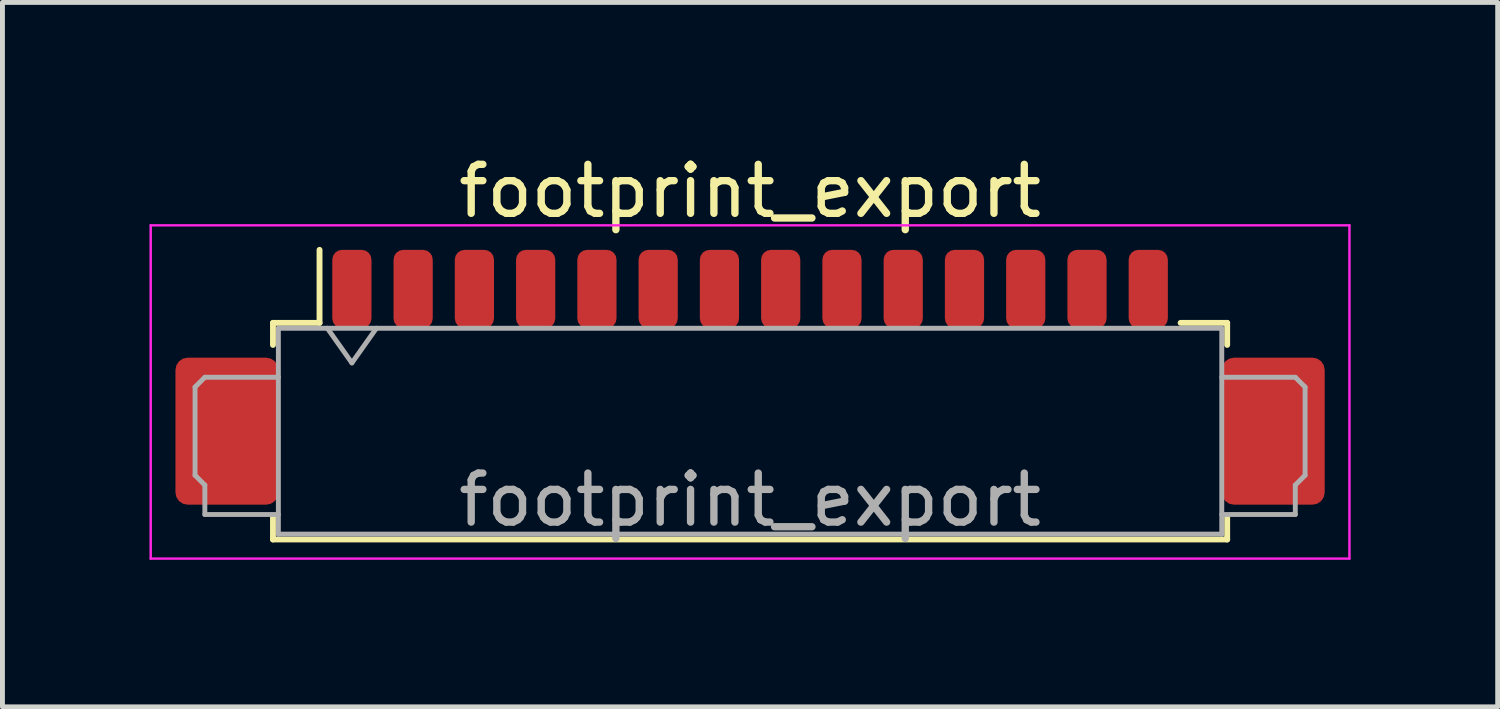
<source format=kicad_pcb>
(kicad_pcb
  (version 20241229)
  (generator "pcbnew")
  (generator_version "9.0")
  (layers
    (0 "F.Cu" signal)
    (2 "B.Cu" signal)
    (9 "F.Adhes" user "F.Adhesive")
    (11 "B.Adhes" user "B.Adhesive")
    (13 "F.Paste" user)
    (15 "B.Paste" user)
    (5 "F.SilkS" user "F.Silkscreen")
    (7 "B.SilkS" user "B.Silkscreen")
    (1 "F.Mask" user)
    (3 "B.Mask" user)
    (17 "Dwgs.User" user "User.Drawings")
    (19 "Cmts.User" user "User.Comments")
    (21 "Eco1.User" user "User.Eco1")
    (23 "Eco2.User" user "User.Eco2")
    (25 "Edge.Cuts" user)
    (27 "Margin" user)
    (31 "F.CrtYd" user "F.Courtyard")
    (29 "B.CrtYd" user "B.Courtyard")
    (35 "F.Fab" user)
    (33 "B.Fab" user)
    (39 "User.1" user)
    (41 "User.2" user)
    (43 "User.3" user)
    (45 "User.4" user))
  (footprint "footprint_export"
    (layer "F.Cu")
    (at 12.255 5.248)
    (property "Reference" "footprint_export" (at 0 -4.4 0) (layer "F.SilkS") (effects (font (size 1 1) (thickness 0.15))))
    (attr smd)
    (fp_line (start -9.735 -1.71) (end -8.785 -1.71) (stroke (width 0.12) (type solid)) (layer "F.SilkS"))
    (fp_line (start -9.735 -1.26) (end -9.735 -1.71) (stroke (width 0.12) (type solid)) (layer "F.SilkS"))
    (fp_line (start -9.735 2.26) (end -9.735 2.71) (stroke (width 0.12) (type solid)) (layer "F.SilkS"))
    (fp_line (start -9.735 2.71) (end 9.735 2.71) (stroke (width 0.12) (type solid)) (layer "F.SilkS"))
    (fp_line (start -8.785 -1.71) (end -8.785 -3.2) (stroke (width 0.12) (type solid)) (layer "F.SilkS"))
    (fp_line (start 9.735 -1.71) (end 8.785 -1.71) (stroke (width 0.12) (type solid)) (layer "F.SilkS"))
    (fp_line (start 9.735 -1.26) (end 9.735 -1.71) (stroke (width 0.12) (type solid)) (layer "F.SilkS"))
    (fp_line (start 9.735 2.71) (end 9.735 2.26) (stroke (width 0.12) (type solid)) (layer "F.SilkS"))
    (fp_line (start -12.23 -3.7) (end -12.23 3.1) (stroke (width 0.05) (type solid)) (layer "F.CrtYd"))
    (fp_line (start -12.23 3.1) (end 12.23 3.1) (stroke (width 0.05) (type solid)) (layer "F.CrtYd"))
    (fp_line (start 12.23 -3.7) (end -12.23 -3.7) (stroke (width 0.05) (type solid)) (layer "F.CrtYd"))
    (fp_line (start 12.23 3.1) (end 12.23 -3.7) (stroke (width 0.05) (type solid)) (layer "F.CrtYd"))
    (fp_line (start -11.325 -0.4) (end -11.325 1.4) (stroke (width 0.1) (type solid)) (layer "F.Fab"))
    (fp_line (start -11.325 1.4) (end -11.125 1.6) (stroke (width 0.1) (type solid)) (layer "F.Fab"))
    (fp_line (start -11.125 -0.6) (end -11.325 -0.4) (stroke (width 0.1) (type solid)) (layer "F.Fab"))
    (fp_line (start -11.125 1.6) (end -11.125 2.2) (stroke (width 0.1) (type solid)) (layer "F.Fab"))
    (fp_line (start -11.125 2.2) (end -9.625 2.2) (stroke (width 0.1) (type solid)) (layer "F.Fab"))
    (fp_line (start -9.625 -1.6) (end -9.625 2.6) (stroke (width 0.1) (type solid)) (layer "F.Fab"))
    (fp_line (start -9.625 -1.6) (end 9.625 -1.6) (stroke (width 0.1) (type solid)) (layer "F.Fab"))
    (fp_line (start -9.625 -0.6) (end -11.125 -0.6) (stroke (width 0.1) (type solid)) (layer "F.Fab"))
    (fp_line (start -9.625 2.6) (end 9.625 2.6) (stroke (width 0.1) (type solid)) (layer "F.Fab"))
    (fp_line (start -8.625 -1.6) (end -8.125 -0.893) (stroke (width 0.1) (type solid)) (layer "F.Fab"))
    (fp_line (start -8.125 -0.893) (end -7.625 -1.6) (stroke (width 0.1) (type solid)) (layer "F.Fab"))
    (fp_line (start 9.625 -1.6) (end 9.625 2.6) (stroke (width 0.1) (type solid)) (layer "F.Fab"))
    (fp_line (start 9.625 -0.6) (end 11.125 -0.6) (stroke (width 0.1) (type solid)) (layer "F.Fab"))
    (fp_line (start 11.125 -0.6) (end 11.325 -0.4) (stroke (width 0.1) (type solid)) (layer "F.Fab"))
    (fp_line (start 11.125 1.6) (end 11.125 2.2) (stroke (width 0.1) (type solid)) (layer "F.Fab"))
    (fp_line (start 11.125 2.2) (end 9.625 2.2) (stroke (width 0.1) (type solid)) (layer "F.Fab"))
    (fp_line (start 11.325 -0.4) (end 11.325 1.4) (stroke (width 0.1) (type solid)) (layer "F.Fab"))
    (fp_line (start 11.325 1.4) (end 11.125 1.6) (stroke (width 0.1) (type solid)) (layer "F.Fab"))
    (fp_text user "${REFERENCE}" (at 0 1.9 0) (layer "F.Fab") (effects (font (size 1 1) (thickness 0.15))))
    (pad "1" smd roundrect (at -8.125 -2.4) (size 0.8 1.6) (layers "F.Cu" "F.Mask" "F.Paste") (roundrect_rratio 0.25))
    (pad "2" smd roundrect (at -6.875 -2.4) (size 0.8 1.6) (layers "F.Cu" "F.Mask" "F.Paste") (roundrect_rratio 0.25))
    (pad "3" smd roundrect (at -5.625 -2.4) (size 0.8 1.6) (layers "F.Cu" "F.Mask" "F.Paste") (roundrect_rratio 0.25))
    (pad "4" smd roundrect (at -4.375 -2.4) (size 0.8 1.6) (layers "F.Cu" "F.Mask" "F.Paste") (roundrect_rratio 0.25))
    (pad "5" smd roundrect (at -3.125 -2.4) (size 0.8 1.6) (layers "F.Cu" "F.Mask" "F.Paste") (roundrect_rratio 0.25))
    (pad "6" smd roundrect (at -1.875 -2.4) (size 0.8 1.6) (layers "F.Cu" "F.Mask" "F.Paste") (roundrect_rratio 0.25))
    (pad "7" smd roundrect (at -0.625 -2.4) (size 0.8 1.6) (layers "F.Cu" "F.Mask" "F.Paste") (roundrect_rratio 0.25))
    (pad "8" smd roundrect (at 0.625 -2.4) (size 0.8 1.6) (layers "F.Cu" "F.Mask" "F.Paste") (roundrect_rratio 0.25))
    (pad "9" smd roundrect (at 1.875 -2.4) (size 0.8 1.6) (layers "F.Cu" "F.Mask" "F.Paste") (roundrect_rratio 0.25))
    (pad "10" smd roundrect (at 3.125 -2.4) (size 0.8 1.6) (layers "F.Cu" "F.Mask" "F.Paste") (roundrect_rratio 0.25))
    (pad "11" smd roundrect (at 4.375 -2.4) (size 0.8 1.6) (layers "F.Cu" "F.Mask" "F.Paste") (roundrect_rratio 0.25))
    (pad "12" smd roundrect (at 5.625 -2.4) (size 0.8 1.6) (layers "F.Cu" "F.Mask" "F.Paste") (roundrect_rratio 0.25))
    (pad "13" smd roundrect (at 6.875 -2.4) (size 0.8 1.6) (layers "F.Cu" "F.Mask" "F.Paste") (roundrect_rratio 0.25))
    (pad "14" smd roundrect (at 8.125 -2.4) (size 0.8 1.6) (layers "F.Cu" "F.Mask" "F.Paste") (roundrect_rratio 0.25))
    (pad "MP" smd roundrect (at -10.675 0.5) (size 2.1 3) (layers "F.Cu" "F.Mask" "F.Paste") (roundrect_rratio 0.119))
    (pad "MP" smd roundrect (at 10.675 0.5) (size 2.1 3) (layers "F.Cu" "F.Mask" "F.Paste") (roundrect_rratio 0.119)))
  (gr_rect
    (start -3 -3)
    (end 27.51 11.373)
    (stroke (width 0.1) (type default))
    (fill no)
    (layer "Edge.Cuts")))
</source>
